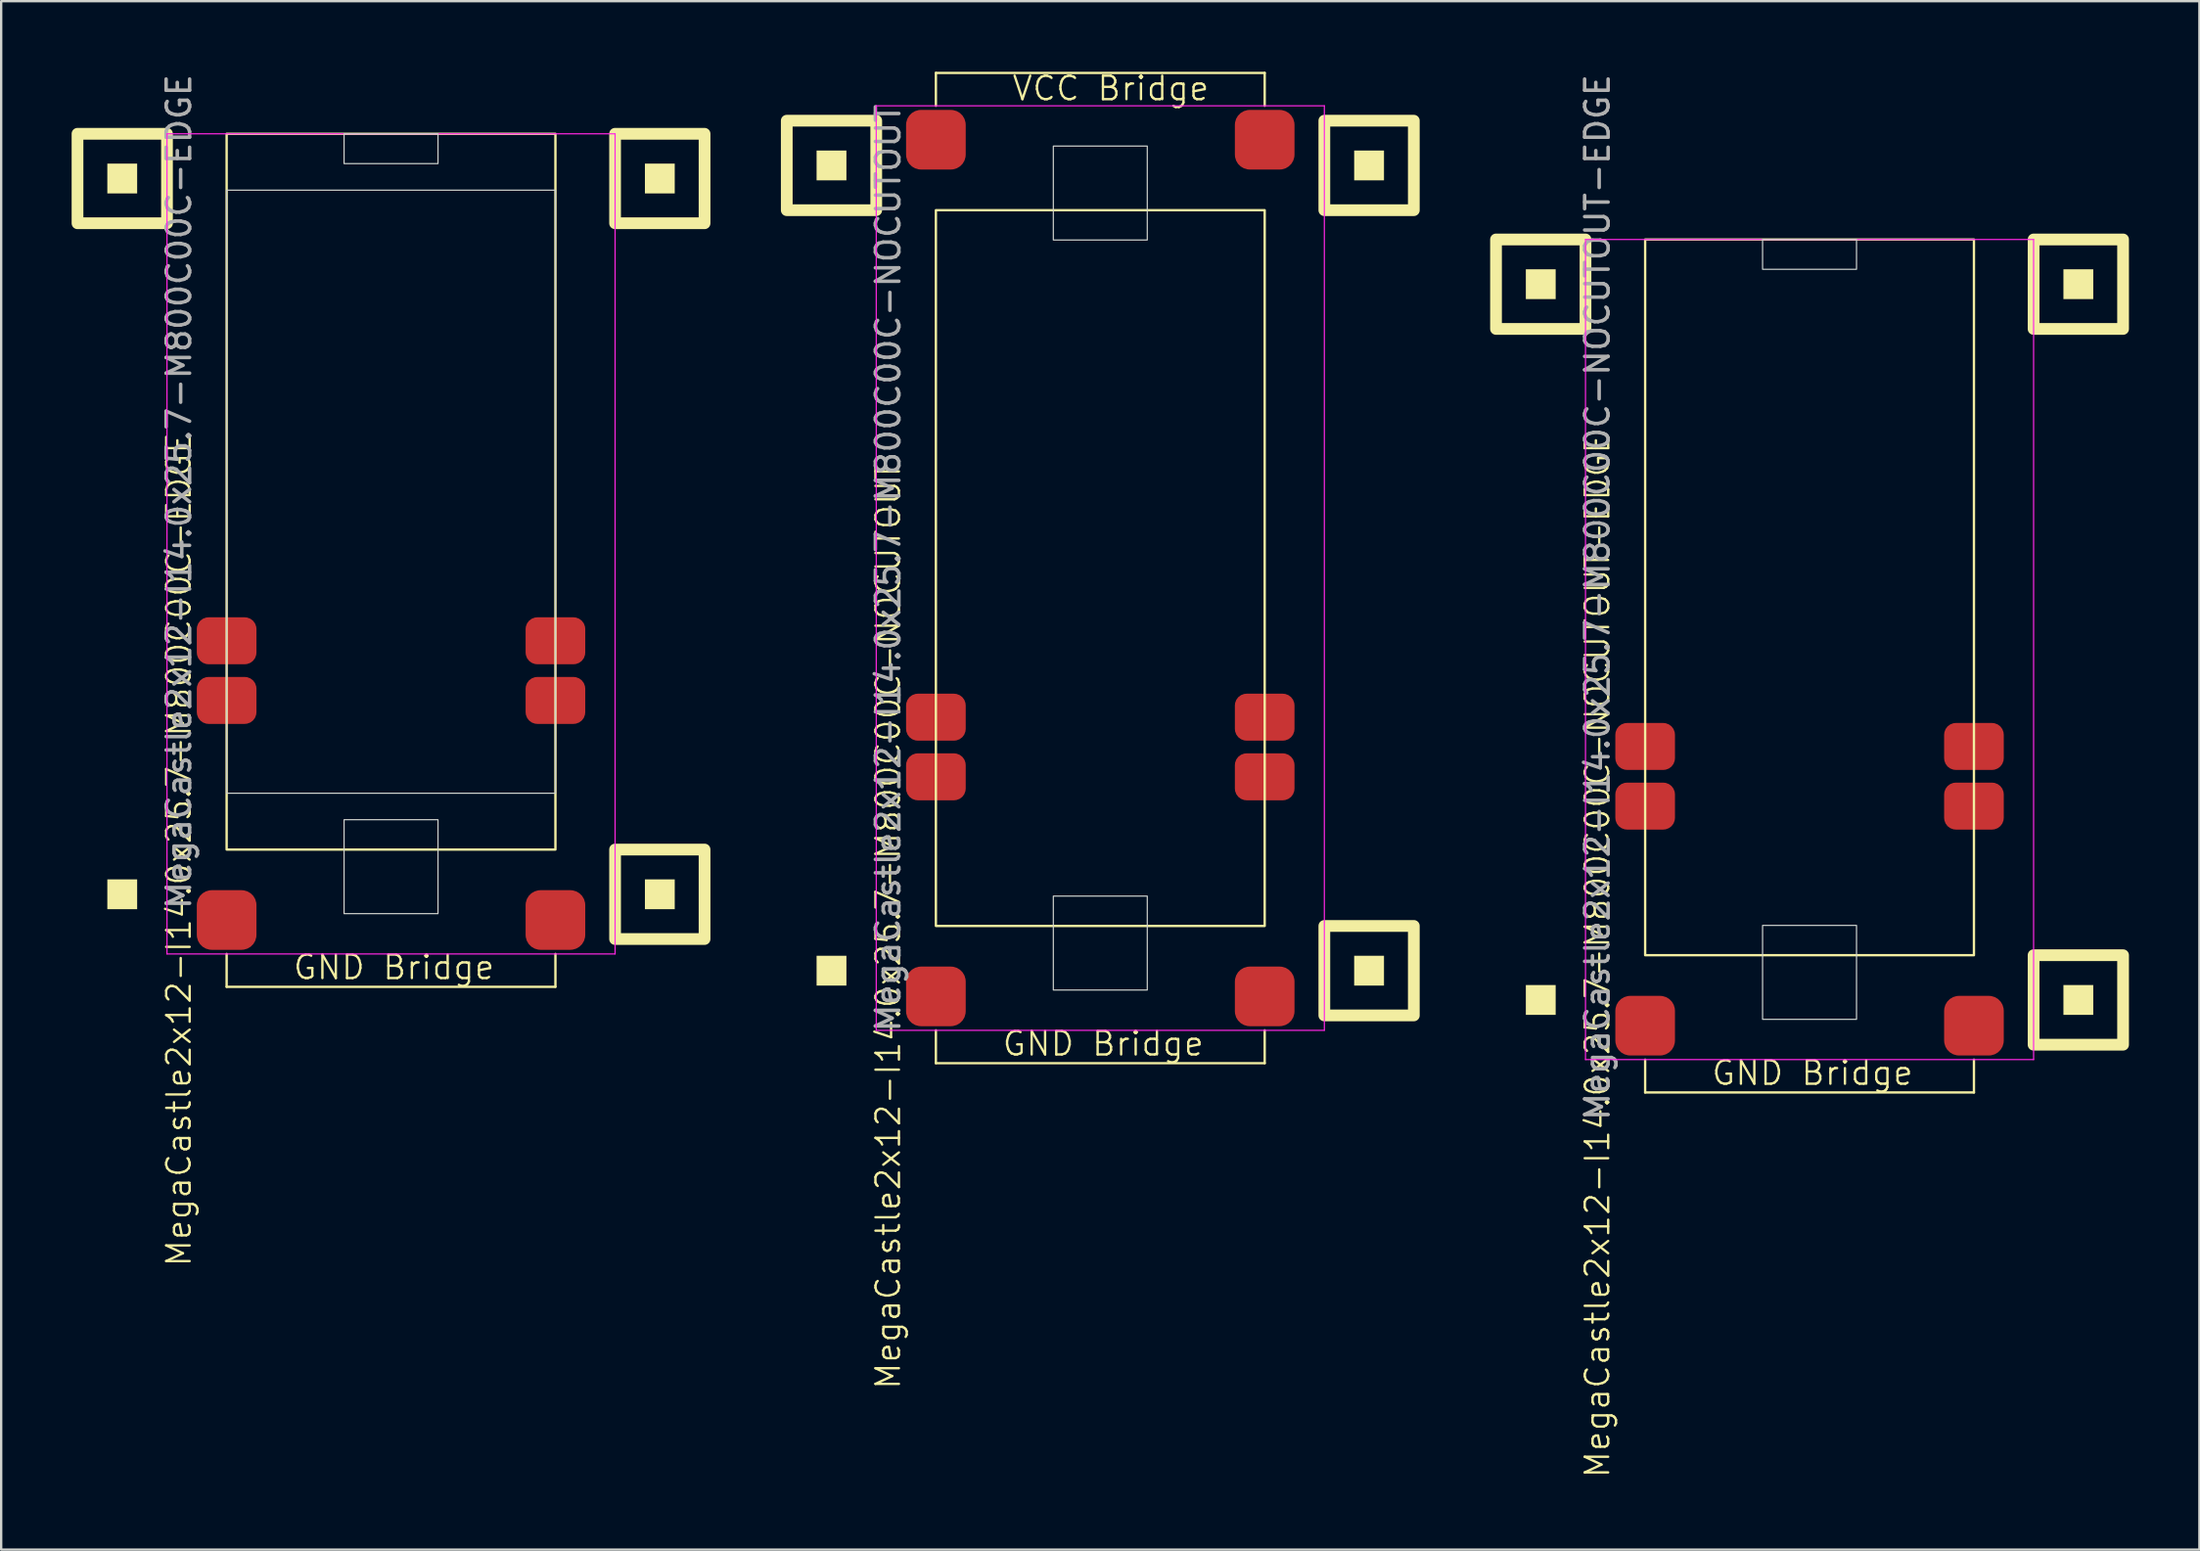
<source format=kicad_pcb>
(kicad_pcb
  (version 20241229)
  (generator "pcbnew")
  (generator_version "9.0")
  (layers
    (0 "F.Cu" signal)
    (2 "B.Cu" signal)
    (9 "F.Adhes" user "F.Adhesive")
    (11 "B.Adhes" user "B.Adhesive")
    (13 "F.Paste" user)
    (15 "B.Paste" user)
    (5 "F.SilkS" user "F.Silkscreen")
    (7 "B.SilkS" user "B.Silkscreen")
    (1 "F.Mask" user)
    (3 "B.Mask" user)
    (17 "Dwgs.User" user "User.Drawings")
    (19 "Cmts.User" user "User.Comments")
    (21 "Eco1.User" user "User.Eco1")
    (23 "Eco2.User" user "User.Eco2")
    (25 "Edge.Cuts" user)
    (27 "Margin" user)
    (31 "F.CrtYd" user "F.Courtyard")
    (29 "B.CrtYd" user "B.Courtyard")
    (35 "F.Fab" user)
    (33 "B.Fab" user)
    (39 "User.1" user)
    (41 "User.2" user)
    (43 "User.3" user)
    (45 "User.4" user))
  (footprint "MegaCastle2x12-I14.0x25.7-M800C00C-EDGE"
    (layer "F.Cu")
    (at 13.6 17.887)
    (property "Reference" "MegaCastle2x12-I14.0x25.7-M800C00C-EDGE" (at -9.032 15.24 90) (unlocked yes) (layer "F.SilkS") (effects (font (size 1 1) (thickness 0.1))))
    (attr smd)
    (fp_line (start -7 19.685) (end -7 21.085) (stroke (width 0.1) (type default)) (layer "F.SilkS"))
    (fp_line (start -7 21.085) (end 7 21.085) (stroke (width 0.1) (type default)) (layer "F.SilkS"))
    (fp_line (start 7 19.685) (end 7 21.085) (stroke (width 0.1) (type default)) (layer "F.SilkS"))
    (fp_rect (start -10.81 -12.7) (end -12.08 -13.97) (stroke (width 0) (type solid)) (fill yes) (layer "F.SilkS"))
    (fp_rect (start -10.81 17.78) (end -12.08 16.51) (stroke (width 0) (type solid)) (fill yes) (layer "F.SilkS"))
    (fp_rect (start -9.54 -11.43) (end -13.35 -15.24) (stroke (width 0.5) (type default)) (fill no) (layer "F.SilkS"))
    (fp_rect (start -7 -15.24) (end 7 15.24) (stroke (width 0.1) (type default)) (fill no) (layer "F.SilkS"))
    (fp_rect (start 12.08 -12.7) (end 10.81 -13.97) (stroke (width 0) (type solid)) (fill yes) (layer "F.SilkS"))
    (fp_rect (start 12.08 17.78) (end 10.81 16.51) (stroke (width 0) (type solid)) (fill yes) (layer "F.SilkS"))
    (fp_rect (start 13.35 -11.43) (end 9.54 -15.24) (stroke (width 0.5) (type default)) (fill no) (layer "F.SilkS"))
    (fp_rect (start 13.35 19.05) (end 9.54 15.24) (stroke (width 0.5) (type default)) (fill no) (layer "F.SilkS"))
    (fp_rect (start -7 -12.84) (end 7 12.84) (stroke (width 0.05) (type default)) (fill no) (layer "Edge.Cuts"))
    (fp_rect (start -2 -13.97) (end 2 -15.24) (stroke (width 0.05) (type default)) (fill no) (layer "Edge.Cuts"))
    (fp_rect (start -2 13.97) (end 2 17.97) (stroke (width 0.05) (type default)) (fill no) (layer "Edge.Cuts"))
    (fp_line (start -9.54 -15.24) (end -9.54 19.685) (stroke (width 0.05) (type default)) (layer "F.CrtYd"))
    (fp_line (start -9.54 19.685) (end 9.54 19.685) (stroke (width 0.05) (type default)) (layer "F.CrtYd"))
    (fp_line (start 9.54 -15.24) (end -9.54 -15.24) (stroke (width 0.05) (type default)) (layer "F.CrtYd"))
    (fp_line (start 9.54 -15.24) (end 9.54 19.685) (stroke (width 0.05) (type default)) (layer "F.CrtYd"))
    (fp_text user "GND Bridge" (at -4.226 20.84 0) (unlocked yes) (layer "F.SilkS") (effects (font (size 1 1) (thickness 0.1)) (justify left bottom)))
    (fp_text user "${REFERENCE}" (at -9.032 0 90) (unlocked yes) (layer "F.Fab") (effects (font (size 1 1) (thickness 0.15))))
    (pad "9" smd roundrect (at -7 6.35) (size 2.54 2) (layers "F.Cu" "F.Mask" "F.Paste") (roundrect_rratio 0.25))
    (pad "10" smd roundrect (at -7 8.89) (size 2.54 2) (layers "F.Cu" "F.Mask" "F.Paste") (roundrect_rratio 0.25))
    (pad "21" smd roundrect (at 7 6.35) (size 2.54 2) (layers "F.Cu" "F.Mask" "F.Paste") (roundrect_rratio 0.25))
    (pad "22" smd roundrect (at 7 8.89) (size 2.54 2) (layers "F.Cu" "F.Mask" "F.Paste") (roundrect_rratio 0.25))
    (pad "B1" smd roundrect (at -7 18.24) (size 2.54 2.54) (layers "F.Cu" "F.Mask" "F.Paste") (roundrect_rratio 0.25))
    (pad "B2" smd roundrect (at 7 18.24) (size 2.54 2.54) (layers "F.Cu" "F.Mask" "F.Paste") (roundrect_rratio 0.25)))
  (footprint "MegaCastle2x12-I14.0x25.7-M800C00C-NOCUTOUT"
    (layer "F.Cu")
    (at 43.8 21.14)
    (property "Reference" "MegaCastle2x12-I14.0x25.7-M800C00C-NOCUTOUT" (at -9.032 15.24 90) (unlocked yes) (layer "F.SilkS") (effects (font (size 1 1) (thickness 0.1))))
    (attr smd)
    (fp_line (start -7 -21.085) (end 7 -21.085) (stroke (width 0.1) (type default)) (layer "F.SilkS"))
    (fp_line (start -7 -19.685) (end -7 -21.085) (stroke (width 0.1) (type default)) (layer "F.SilkS"))
    (fp_line (start -7 19.685) (end -7 21.085) (stroke (width 0.1) (type default)) (layer "F.SilkS"))
    (fp_line (start -7 21.085) (end 7 21.085) (stroke (width 0.1) (type default)) (layer "F.SilkS"))
    (fp_line (start 7 -19.685) (end 7 -21.085) (stroke (width 0.1) (type default)) (layer "F.SilkS"))
    (fp_line (start 7 19.685) (end 7 21.085) (stroke (width 0.1) (type default)) (layer "F.SilkS"))
    (fp_rect (start -10.81 -16.51) (end -12.08 -17.78) (stroke (width 0) (type solid)) (fill yes) (layer "F.SilkS"))
    (fp_rect (start -10.81 17.78) (end -12.08 16.51) (stroke (width 0) (type solid)) (fill yes) (layer "F.SilkS"))
    (fp_rect (start -9.54 -15.24) (end -13.35 -19.05) (stroke (width 0.5) (type default)) (fill no) (layer "F.SilkS"))
    (fp_rect (start -7 -15.24) (end 7 15.24) (stroke (width 0.1) (type default)) (fill no) (layer "F.SilkS"))
    (fp_rect (start 12.08 -16.51) (end 10.81 -17.78) (stroke (width 0) (type solid)) (fill yes) (layer "F.SilkS"))
    (fp_rect (start 12.08 17.78) (end 10.81 16.51) (stroke (width 0) (type solid)) (fill yes) (layer "F.SilkS"))
    (fp_rect (start 13.35 -15.24) (end 9.54 -19.05) (stroke (width 0.5) (type default)) (fill no) (layer "F.SilkS"))
    (fp_rect (start 13.35 19.05) (end 9.54 15.24) (stroke (width 0.5) (type default)) (fill no) (layer "F.SilkS"))
    (fp_rect (start -2 -13.97) (end 2 -17.97) (stroke (width 0.05) (type default)) (fill no) (layer "Edge.Cuts"))
    (fp_rect (start -2 13.97) (end 2 17.97) (stroke (width 0.05) (type default)) (fill no) (layer "Edge.Cuts"))
    (fp_line (start -9.54 -19.685) (end -9.54 19.685) (stroke (width 0.05) (type default)) (layer "F.CrtYd"))
    (fp_line (start -9.54 19.685) (end 9.54 19.685) (stroke (width 0.05) (type default)) (layer "F.CrtYd"))
    (fp_line (start 9.54 -19.685) (end -9.54 -19.685) (stroke (width 0.05) (type default)) (layer "F.CrtYd"))
    (fp_line (start 9.54 -19.685) (end 9.54 19.685) (stroke (width 0.05) (type default)) (layer "F.CrtYd"))
    (fp_text user "VCC Bridge" (at -3.81 -19.84 0) (unlocked yes) (layer "F.SilkS") (effects (font (size 1 1) (thickness 0.1)) (justify left bottom)))
    (fp_text user "GND Bridge" (at -4.226 20.84 0) (unlocked yes) (layer "F.SilkS") (effects (font (size 1 1) (thickness 0.1)) (justify left bottom)))
    (fp_text user "${REFERENCE}" (at -9.032 0 90) (unlocked yes) (layer "F.Fab") (effects (font (size 1 1) (thickness 0.15))))
    (pad "9" smd roundrect (at -7 6.35) (size 2.54 2) (layers "F.Cu" "F.Mask" "F.Paste") (roundrect_rratio 0.25))
    (pad "10" smd roundrect (at -7 8.89) (size 2.54 2) (layers "F.Cu" "F.Mask" "F.Paste") (roundrect_rratio 0.25))
    (pad "21" smd roundrect (at 7 6.35) (size 2.54 2) (layers "F.Cu" "F.Mask" "F.Paste") (roundrect_rratio 0.25))
    (pad "22" smd roundrect (at 7 8.89) (size 2.54 2) (layers "F.Cu" "F.Mask" "F.Paste") (roundrect_rratio 0.25))
    (pad "A1" smd roundrect (at -7 -18.24) (size 2.54 2.54) (layers "F.Cu" "F.Mask" "F.Paste") (roundrect_rratio 0.25))
    (pad "A2" smd roundrect (at 7 -18.24) (size 2.54 2.54) (layers "F.Cu" "F.Mask" "F.Paste") (roundrect_rratio 0.25))
    (pad "B1" smd roundrect (at -7 18.24) (size 2.54 2.54) (layers "F.Cu" "F.Mask" "F.Paste") (roundrect_rratio 0.25))
    (pad "B2" smd roundrect (at 7 18.24) (size 2.54 2.54) (layers "F.Cu" "F.Mask" "F.Paste") (roundrect_rratio 0.25)))
  (footprint "MegaCastle2x12-I14.0x25.7-M800C00C-NOCUTOUT-EDGE"
    (layer "F.Cu")
    (at 74 22.387)
    (property "Reference" "MegaCastle2x12-I14.0x25.7-M800C00C-NOCUTOUT-EDGE" (at -9.032 15.24 90) (unlocked yes) (layer "F.SilkS") (effects (font (size 1 1) (thickness 0.1))))
    (attr smd)
    (fp_line (start -7 19.685) (end -7 21.085) (stroke (width 0.1) (type default)) (layer "F.SilkS"))
    (fp_line (start -7 21.085) (end 7 21.085) (stroke (width 0.1) (type default)) (layer "F.SilkS"))
    (fp_line (start 7 19.685) (end 7 21.085) (stroke (width 0.1) (type default)) (layer "F.SilkS"))
    (fp_rect (start -10.81 -12.7) (end -12.08 -13.97) (stroke (width 0) (type solid)) (fill yes) (layer "F.SilkS"))
    (fp_rect (start -10.81 17.78) (end -12.08 16.51) (stroke (width 0) (type solid)) (fill yes) (layer "F.SilkS"))
    (fp_rect (start -9.54 -11.43) (end -13.35 -15.24) (stroke (width 0.5) (type default)) (fill no) (layer "F.SilkS"))
    (fp_rect (start -7 -15.24) (end 7 15.24) (stroke (width 0.1) (type default)) (fill no) (layer "F.SilkS"))
    (fp_rect (start 12.08 -12.7) (end 10.81 -13.97) (stroke (width 0) (type solid)) (fill yes) (layer "F.SilkS"))
    (fp_rect (start 12.08 17.78) (end 10.81 16.51) (stroke (width 0) (type solid)) (fill yes) (layer "F.SilkS"))
    (fp_rect (start 13.35 -11.43) (end 9.54 -15.24) (stroke (width 0.5) (type default)) (fill no) (layer "F.SilkS"))
    (fp_rect (start 13.35 19.05) (end 9.54 15.24) (stroke (width 0.5) (type default)) (fill no) (layer "F.SilkS"))
    (fp_rect (start -2 -13.97) (end 2 -15.24) (stroke (width 0.05) (type default)) (fill no) (layer "Edge.Cuts"))
    (fp_rect (start -2 13.97) (end 2 17.97) (stroke (width 0.05) (type default)) (fill no) (layer "Edge.Cuts"))
    (fp_line (start -9.54 -15.24) (end -9.54 19.685) (stroke (width 0.05) (type default)) (layer "F.CrtYd"))
    (fp_line (start -9.54 19.685) (end 9.54 19.685) (stroke (width 0.05) (type default)) (layer "F.CrtYd"))
    (fp_line (start 9.54 -15.24) (end -9.54 -15.24) (stroke (width 0.05) (type default)) (layer "F.CrtYd"))
    (fp_line (start 9.54 -15.24) (end 9.54 19.685) (stroke (width 0.05) (type default)) (layer "F.CrtYd"))
    (fp_text user "GND Bridge" (at -4.226 20.84 0) (unlocked yes) (layer "F.SilkS") (effects (font (size 1 1) (thickness 0.1)) (justify left bottom)))
    (fp_text user "${REFERENCE}" (at -9.032 0 90) (unlocked yes) (layer "F.Fab") (effects (font (size 1 1) (thickness 0.15))))
    (pad "9" smd roundrect (at -7 6.35) (size 2.54 2) (layers "F.Cu" "F.Mask" "F.Paste") (roundrect_rratio 0.25))
    (pad "10" smd roundrect (at -7 8.89) (size 2.54 2) (layers "F.Cu" "F.Mask" "F.Paste") (roundrect_rratio 0.25))
    (pad "21" smd roundrect (at 7 6.35) (size 2.54 2) (layers "F.Cu" "F.Mask" "F.Paste") (roundrect_rratio 0.25))
    (pad "22" smd roundrect (at 7 8.89) (size 2.54 2) (layers "F.Cu" "F.Mask" "F.Paste") (roundrect_rratio 0.25))
    (pad "B1" smd roundrect (at -7 18.24) (size 2.54 2.54) (layers "F.Cu" "F.Mask" "F.Paste") (roundrect_rratio 0.25))
    (pad "B2" smd roundrect (at 7 18.24) (size 2.54 2.54) (layers "F.Cu" "F.Mask" "F.Paste") (roundrect_rratio 0.25)))
  (gr_rect
    (start -3 -3)
    (end 90.6 62.939)
    (stroke (width 0.1) (type default))
    (fill no)
    (layer "Edge.Cuts")))
</source>
